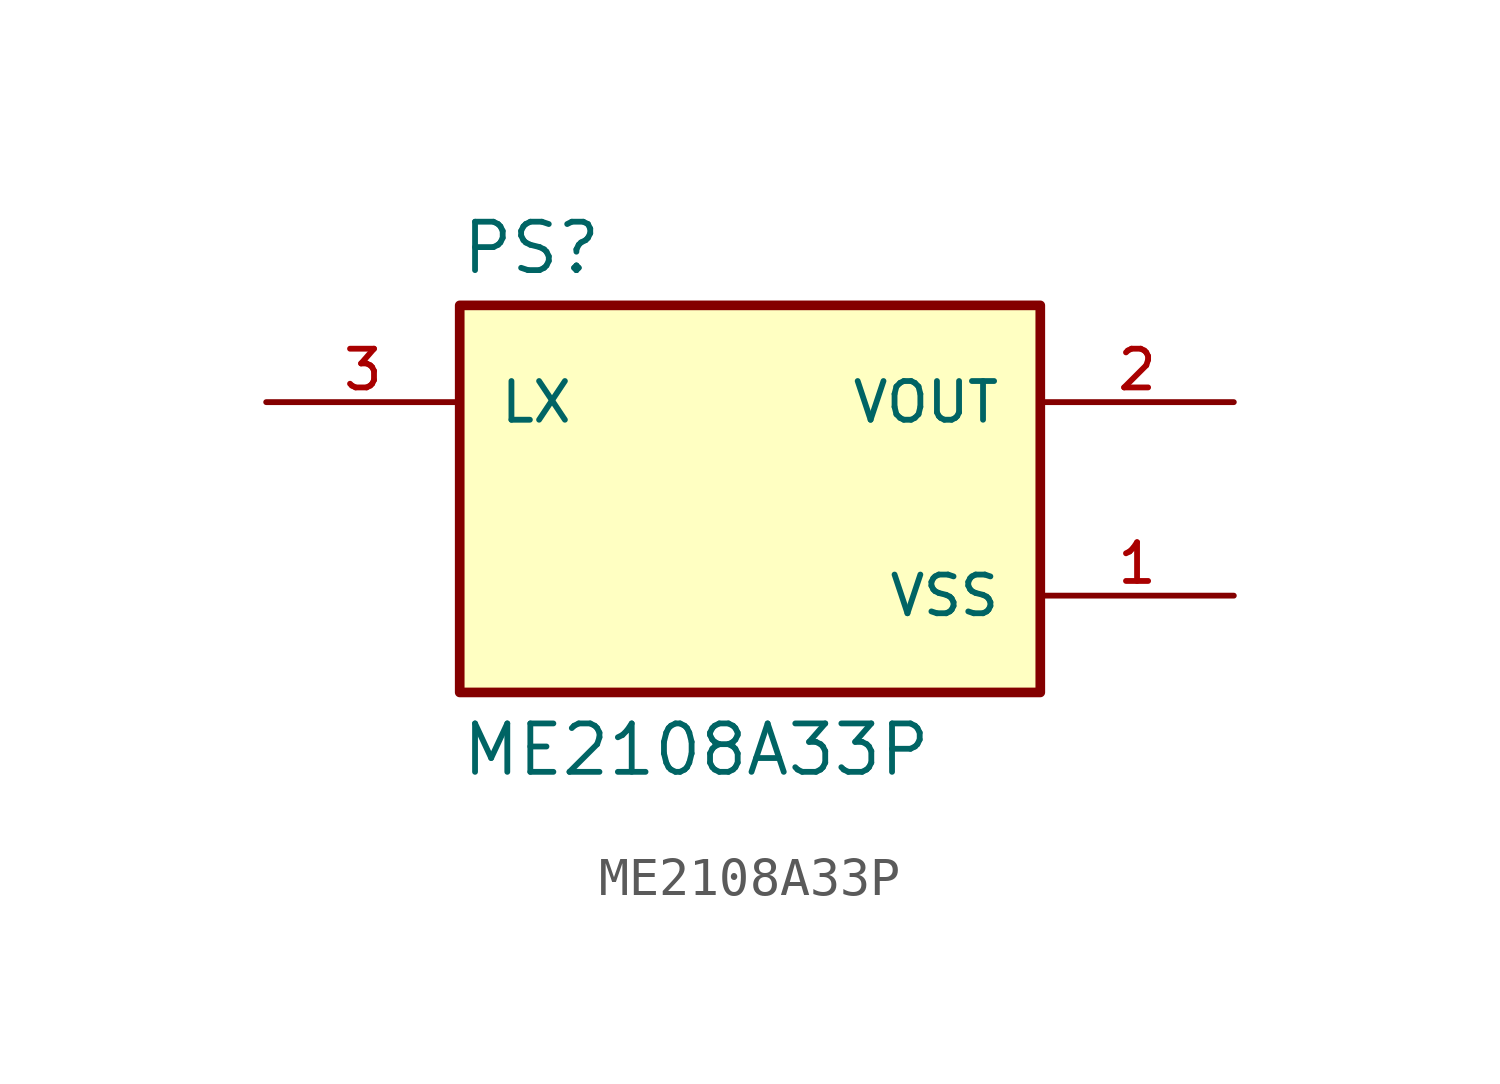
<source format=kicad_sym>
(kicad_symbol_lib
  (version 20211014)
  (generator kicad_symbol_editor)
  (symbol "ME2108A33P"
    (pin_names
      (offset 1.016))
    (property "Reference" "PS"
      (at -7.62 5.842 0)
      (effects (font (size 1.27 1.27)) (justify bottom left)))
    (property "Value" "ME2108A33P"
      (at -7.62 -5.842 0)
      (effects (font (size 1.27 1.27)) (justify top left)))
    (symbol "ME2108A33P_0_0"
      (rectangle (start -7.62 -5.08) (end 7.62 5.08) (stroke (width 0.254)) (fill (type background)))
      (pin output line (at 12.7 2.54 180.0) (length 5.08) (name "VOUT" (effects (font (size 1.016 1.016)))) (number "2" (effects (font (size 1.016 1.016)))))
      (pin power_in line (at 12.7 -2.54 180.0) (length 5.08) (name "VSS" (effects (font (size 1.016 1.016)))) (number "1" (effects (font (size 1.016 1.016)))))
      (pin input line (at -12.7 2.54 0) (length 5.08) (name "LX" (effects (font (size 1.016 1.016)))) (number "3" (effects (font (size 1.016 1.016))))))))
</source>
